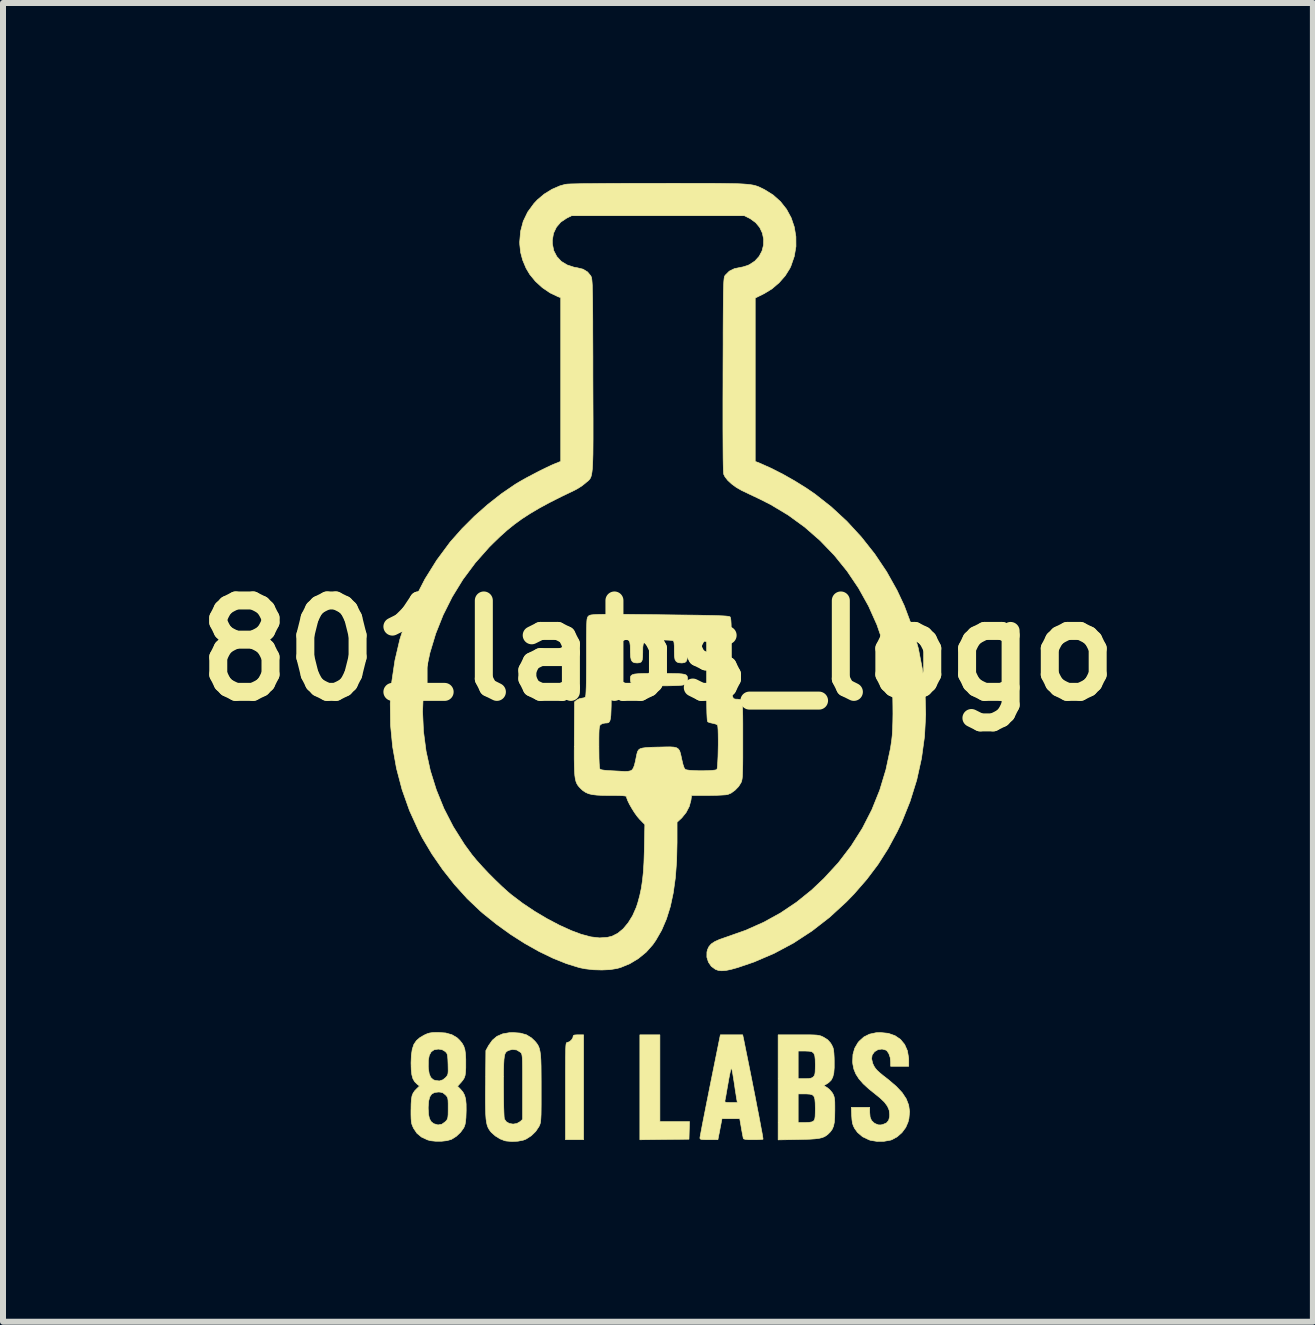
<source format=kicad_pcb>
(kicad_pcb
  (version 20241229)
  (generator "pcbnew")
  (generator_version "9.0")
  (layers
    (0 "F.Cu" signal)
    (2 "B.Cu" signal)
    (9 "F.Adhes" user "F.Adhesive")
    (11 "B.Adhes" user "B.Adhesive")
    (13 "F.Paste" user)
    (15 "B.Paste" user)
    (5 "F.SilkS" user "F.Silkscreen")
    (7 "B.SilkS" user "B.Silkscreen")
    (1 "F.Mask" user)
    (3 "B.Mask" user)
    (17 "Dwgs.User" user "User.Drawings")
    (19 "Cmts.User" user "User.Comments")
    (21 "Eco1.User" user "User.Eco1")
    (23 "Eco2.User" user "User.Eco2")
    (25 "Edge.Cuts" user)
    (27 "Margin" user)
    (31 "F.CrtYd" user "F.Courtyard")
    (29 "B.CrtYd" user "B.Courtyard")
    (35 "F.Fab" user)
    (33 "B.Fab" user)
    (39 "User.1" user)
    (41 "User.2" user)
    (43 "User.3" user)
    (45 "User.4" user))
  (footprint "801labs_logo"
    (layer "F.Cu")
    (at 7.918 7.794)
    (property "Reference" "801labs_logo" (at 0 0 0) (layer "F.SilkS") (effects (font (size 1.524 1.524) (thickness 0.3))))
    (attr through_hole)
    (fp_poly (pts (xy 0.032 7.852) (xy 0.526 7.852) (xy 0.521 7.999) (xy 0.517 8.146) (xy 0.107 8.15) (xy -0.302 8.155) (xy -0.302 6.406) (xy 0.032 6.406) (xy 0.032 7.852)) (stroke (width 0.01) (type solid)) (fill yes) (layer "F.SilkS"))
    (fp_poly (pts (xy -1.24 8.154) (xy -1.542 8.154) (xy -1.542 7.343) (xy -1.542 7.162) (xy -1.542 7.01) (xy -1.541 6.885) (xy -1.541 6.784) (xy -1.539 6.704) (xy -1.538 6.643) (xy -1.536 6.599) (xy -1.533 6.568) (xy -1.529 6.549) (xy -1.524 6.538) (xy -1.518 6.534) (xy -1.512 6.533) (xy -1.511 6.533) (xy -1.474 6.52) (xy -1.439 6.488) (xy -1.417 6.45) (xy -1.415 6.434) (xy -1.41 6.418) (xy -1.391 6.409) (xy -1.35 6.406) (xy -1.327 6.406) (xy -1.24 6.406) (xy -1.24 8.154)) (stroke (width 0.01) (type solid)) (fill yes) (layer "F.SilkS"))
    (fp_poly (pts (xy 0.151 0.382) (xy 0.258 0.383) (xy 0.34 0.385) (xy 0.4 0.39) (xy 0.442 0.397) (xy 0.469 0.408) (xy 0.484 0.424) (xy 0.491 0.445) (xy 0.493 0.471) (xy 0.493 0.485) (xy 0.491 0.514) (xy 0.486 0.537) (xy 0.471 0.555) (xy 0.446 0.568) (xy 0.406 0.577) (xy 0.348 0.583) (xy 0.268 0.586) (xy 0.163 0.588) (xy 0.031 0.588) (xy 0.016 0.588) (xy -0.112 0.588) (xy -0.212 0.587) (xy -0.288 0.585) (xy -0.343 0.582) (xy -0.381 0.578) (xy -0.407 0.572) (xy -0.423 0.565) (xy -0.426 0.563) (xy -0.454 0.528) (xy -0.461 0.485) (xy -0.46 0.456) (xy -0.456 0.432) (xy -0.445 0.415) (xy -0.424 0.402) (xy -0.389 0.392) (xy -0.337 0.387) (xy -0.265 0.383) (xy -0.169 0.382) (xy -0.047 0.381) (xy 0.016 0.381) (xy 0.151 0.382)) (stroke (width 0.01) (type solid)) (fill yes) (layer "F.SilkS"))
    (fp_poly (pts (xy 1.43 6.489) (xy 1.461 6.644) (xy 1.494 6.806) (xy 1.527 6.97) (xy 1.56 7.135) (xy 1.592 7.297) (xy 1.623 7.454) (xy 1.651 7.601) (xy 1.678 7.737) (xy 1.701 7.859) (xy 1.72 7.963) (xy 1.736 8.046) (xy 1.746 8.106) (xy 1.751 8.14) (xy 1.751 8.146) (xy 1.733 8.149) (xy 1.69 8.152) (xy 1.63 8.154) (xy 1.586 8.154) (xy 1.506 8.153) (xy 1.454 8.148) (xy 1.428 8.14) (xy 1.423 8.134) (xy 1.418 8.111) (xy 1.409 8.064) (xy 1.397 8.001) (xy 1.39 7.959) (xy 1.363 7.804) (xy 1.067 7.804) (xy 1.05 7.892) (xy 1.036 7.963) (xy 1.022 8.039) (xy 1.016 8.067) (xy 0.999 8.154) (xy 0.849 8.154) (xy 0.779 8.153) (xy 0.734 8.151) (xy 0.71 8.145) (xy 0.701 8.135) (xy 0.699 8.126) (xy 0.702 8.106) (xy 0.711 8.057) (xy 0.725 7.983) (xy 0.743 7.887) (xy 0.766 7.771) (xy 0.792 7.64) (xy 0.816 7.517) (xy 1.115 7.517) (xy 1.123 7.528) (xy 1.147 7.533) (xy 1.195 7.534) (xy 1.216 7.534) (xy 1.323 7.534) (xy 1.315 7.49) (xy 1.309 7.46) (xy 1.301 7.404) (xy 1.289 7.331) (xy 1.277 7.246) (xy 1.271 7.208) (xy 1.258 7.125) (xy 1.246 7.052) (xy 1.235 6.996) (xy 1.227 6.964) (xy 1.225 6.958) (xy 1.219 6.968) (xy 1.209 7.006) (xy 1.196 7.064) (xy 1.181 7.14) (xy 1.17 7.204) (xy 1.154 7.294) (xy 1.14 7.374) (xy 1.129 7.44) (xy 1.12 7.484) (xy 1.117 7.498) (xy 1.115 7.517) (xy 0.816 7.517) (xy 0.821 7.494) (xy 0.852 7.338) (xy 0.869 7.252) (xy 1.04 6.406) (xy 1.412 6.406) (xy 1.43 6.489)) (stroke (width 0.01) (type solid)) (fill yes) (layer "F.SilkS"))
    (fp_poly (pts (xy 3.84 6.381) (xy 3.951 6.42) (xy 4.042 6.482) (xy 4.112 6.567) (xy 4.158 6.672) (xy 4.179 6.796) (xy 4.18 6.838) (xy 4.18 6.93) (xy 3.878 6.93) (xy 3.878 6.858) (xy 3.871 6.784) (xy 3.849 6.72) (xy 3.818 6.674) (xy 3.801 6.661) (xy 3.736 6.643) (xy 3.669 6.652) (xy 3.61 6.687) (xy 3.607 6.691) (xy 3.57 6.743) (xy 3.561 6.804) (xy 3.578 6.878) (xy 3.585 6.895) (xy 3.602 6.93) (xy 3.623 6.963) (xy 3.652 6.997) (xy 3.694 7.036) (xy 3.753 7.085) (xy 3.833 7.147) (xy 3.843 7.155) (xy 3.971 7.264) (xy 4.069 7.368) (xy 4.138 7.472) (xy 4.179 7.577) (xy 4.194 7.686) (xy 4.183 7.802) (xy 4.169 7.859) (xy 4.13 7.95) (xy 4.067 8.035) (xy 3.988 8.105) (xy 3.901 8.153) (xy 3.878 8.161) (xy 3.767 8.181) (xy 3.65 8.182) (xy 3.541 8.164) (xy 3.518 8.156) (xy 3.411 8.105) (xy 3.327 8.034) (xy 3.279 7.968) (xy 3.257 7.924) (xy 3.242 7.879) (xy 3.234 7.823) (xy 3.229 7.754) (xy 3.223 7.614) (xy 3.529 7.614) (xy 3.529 7.697) (xy 3.536 7.777) (xy 3.559 7.833) (xy 3.601 7.874) (xy 3.627 7.889) (xy 3.674 7.907) (xy 3.716 7.908) (xy 3.75 7.9) (xy 3.809 7.875) (xy 3.845 7.833) (xy 3.861 7.771) (xy 3.862 7.732) (xy 3.854 7.663) (xy 3.826 7.597) (xy 3.777 7.53) (xy 3.703 7.459) (xy 3.639 7.407) (xy 3.517 7.309) (xy 3.421 7.221) (xy 3.349 7.138) (xy 3.298 7.058) (xy 3.265 6.977) (xy 3.248 6.892) (xy 3.245 6.856) (xy 3.25 6.734) (xy 3.279 6.63) (xy 3.333 6.538) (xy 3.354 6.512) (xy 3.433 6.441) (xy 3.525 6.395) (xy 3.635 6.371) (xy 3.711 6.368) (xy 3.84 6.381)) (stroke (width 0.01) (type solid)) (fill yes) (layer "F.SilkS"))
    (fp_poly (pts (xy 2.454 6.406) (xy 2.539 6.406) (xy 2.603 6.408) (xy 2.65 6.411) (xy 2.685 6.417) (xy 2.713 6.424) (xy 2.739 6.435) (xy 2.763 6.447) (xy 2.828 6.488) (xy 2.875 6.54) (xy 2.889 6.562) (xy 2.907 6.596) (xy 2.92 6.627) (xy 2.928 6.665) (xy 2.933 6.716) (xy 2.937 6.786) (xy 2.938 6.837) (xy 2.938 6.953) (xy 2.931 7.043) (xy 2.913 7.112) (xy 2.886 7.163) (xy 2.846 7.202) (xy 2.821 7.219) (xy 2.763 7.253) (xy 2.818 7.284) (xy 2.861 7.319) (xy 2.901 7.366) (xy 2.911 7.381) (xy 2.926 7.41) (xy 2.936 7.439) (xy 2.943 7.474) (xy 2.947 7.522) (xy 2.948 7.59) (xy 2.948 7.669) (xy 2.946 7.778) (xy 2.94 7.862) (xy 2.927 7.926) (xy 2.906 7.977) (xy 2.876 8.02) (xy 2.843 8.054) (xy 2.81 8.082) (xy 2.775 8.104) (xy 2.734 8.12) (xy 2.683 8.132) (xy 2.616 8.14) (xy 2.529 8.146) (xy 2.417 8.149) (xy 2.341 8.151) (xy 2.003 8.157) (xy 2.003 7.391) (xy 2.337 7.391) (xy 2.337 7.868) (xy 2.451 7.868) (xy 2.521 7.865) (xy 2.567 7.857) (xy 2.594 7.842) (xy 2.606 7.826) (xy 2.615 7.802) (xy 2.62 7.764) (xy 2.622 7.706) (xy 2.623 7.635) (xy 2.621 7.542) (xy 2.615 7.476) (xy 2.601 7.433) (xy 2.575 7.407) (xy 2.534 7.395) (xy 2.475 7.391) (xy 2.448 7.391) (xy 2.337 7.391) (xy 2.003 7.391) (xy 2.003 6.676) (xy 2.337 6.676) (xy 2.337 7.137) (xy 2.448 7.137) (xy 2.512 7.135) (xy 2.553 7.128) (xy 2.581 7.114) (xy 2.591 7.105) (xy 2.605 7.087) (xy 2.615 7.062) (xy 2.62 7.025) (xy 2.622 6.968) (xy 2.623 6.906) (xy 2.621 6.816) (xy 2.614 6.753) (xy 2.597 6.713) (xy 2.568 6.689) (xy 2.523 6.679) (xy 2.457 6.676) (xy 2.448 6.676) (xy 2.337 6.676) (xy 2.003 6.676) (xy 2.003 6.406) (xy 2.341 6.406) (xy 2.454 6.406)) (stroke (width 0.01) (type solid)) (fill yes) (layer "F.SilkS"))
    (fp_poly (pts (xy -2.295 6.377) (xy -2.194 6.405) (xy -2.11 6.456) (xy -2.052 6.511) (xy -2.026 6.542) (xy -2.005 6.571) (xy -1.988 6.604) (xy -1.975 6.642) (xy -1.965 6.69) (xy -1.957 6.751) (xy -1.952 6.828) (xy -1.949 6.924) (xy -1.948 7.043) (xy -1.947 7.189) (xy -1.947 7.296) (xy -1.947 7.445) (xy -1.947 7.565) (xy -1.948 7.661) (xy -1.949 7.735) (xy -1.952 7.792) (xy -1.955 7.834) (xy -1.959 7.866) (xy -1.965 7.89) (xy -1.973 7.911) (xy -1.982 7.931) (xy -1.984 7.935) (xy -2.038 8.016) (xy -2.112 8.088) (xy -2.196 8.142) (xy -2.246 8.162) (xy -2.334 8.179) (xy -2.434 8.184) (xy -2.528 8.176) (xy -2.554 8.171) (xy -2.631 8.141) (xy -2.709 8.093) (xy -2.775 8.035) (xy -2.797 8.009) (xy -2.818 7.978) (xy -2.835 7.946) (xy -2.848 7.909) (xy -2.858 7.865) (xy -2.866 7.808) (xy -2.871 7.738) (xy -2.874 7.648) (xy -2.876 7.538) (xy -2.876 7.403) (xy -2.875 7.27) (xy -2.575 7.27) (xy -2.574 7.397) (xy -2.573 7.515) (xy -2.571 7.618) (xy -2.568 7.703) (xy -2.565 7.767) (xy -2.561 7.804) (xy -2.56 7.81) (xy -2.527 7.856) (xy -2.476 7.884) (xy -2.415 7.894) (xy -2.352 7.884) (xy -2.298 7.853) (xy -2.295 7.851) (xy -2.257 7.815) (xy -2.257 7.272) (xy -2.257 7.126) (xy -2.257 7.009) (xy -2.258 6.917) (xy -2.259 6.847) (xy -2.261 6.795) (xy -2.265 6.759) (xy -2.269 6.734) (xy -2.275 6.718) (xy -2.282 6.706) (xy -2.292 6.697) (xy -2.293 6.696) (xy -2.355 6.658) (xy -2.426 6.65) (xy -2.471 6.66) (xy -2.498 6.67) (xy -2.52 6.682) (xy -2.537 6.699) (xy -2.551 6.725) (xy -2.56 6.764) (xy -2.567 6.817) (xy -2.571 6.888) (xy -2.574 6.982) (xy -2.575 7.1) (xy -2.575 7.246) (xy -2.575 7.27) (xy -2.875 7.27) (xy -2.874 7.239) (xy -2.874 7.224) (xy -2.869 6.668) (xy -2.823 6.584) (xy -2.76 6.495) (xy -2.684 6.431) (xy -2.59 6.39) (xy -2.476 6.37) (xy -2.416 6.368) (xy -2.295 6.377)) (stroke (width 0.01) (type solid)) (fill yes) (layer "F.SilkS"))
    (fp_poly (pts (xy -3.538 6.375) (xy -3.435 6.404) (xy -3.351 6.453) (xy -3.304 6.498) (xy -3.264 6.548) (xy -3.237 6.596) (xy -3.219 6.651) (xy -3.209 6.72) (xy -3.204 6.81) (xy -3.204 6.859) (xy -3.204 6.956) (xy -3.208 7.029) (xy -3.215 7.082) (xy -3.229 7.124) (xy -3.251 7.16) (xy -3.282 7.198) (xy -3.284 7.2) (xy -3.341 7.263) (xy -3.293 7.311) (xy -3.252 7.359) (xy -3.224 7.412) (xy -3.206 7.477) (xy -3.198 7.56) (xy -3.197 7.665) (xy -3.198 7.696) (xy -3.201 7.785) (xy -3.207 7.849) (xy -3.215 7.896) (xy -3.227 7.933) (xy -3.238 7.957) (xy -3.291 8.031) (xy -3.362 8.098) (xy -3.44 8.147) (xy -3.448 8.15) (xy -3.519 8.17) (xy -3.609 8.18) (xy -3.703 8.18) (xy -3.79 8.171) (xy -3.841 8.157) (xy -3.942 8.11) (xy -4.018 8.047) (xy -4.074 7.964) (xy -4.075 7.961) (xy -4.092 7.924) (xy -4.104 7.891) (xy -4.111 7.853) (xy -4.115 7.803) (xy -4.117 7.735) (xy -4.117 7.665) (xy -4.116 7.637) (xy -3.83 7.637) (xy -3.825 7.733) (xy -3.809 7.803) (xy -3.782 7.852) (xy -3.742 7.885) (xy -3.735 7.888) (xy -3.667 7.908) (xy -3.602 7.896) (xy -3.543 7.853) (xy -3.541 7.851) (xy -3.521 7.829) (xy -3.509 7.807) (xy -3.502 7.779) (xy -3.498 7.736) (xy -3.497 7.673) (xy -3.497 7.628) (xy -3.497 7.551) (xy -3.499 7.499) (xy -3.504 7.464) (xy -3.514 7.44) (xy -3.529 7.42) (xy -3.543 7.406) (xy -3.584 7.373) (xy -3.629 7.361) (xy -3.659 7.359) (xy -3.724 7.367) (xy -3.772 7.393) (xy -3.804 7.44) (xy -3.823 7.511) (xy -3.83 7.609) (xy -3.83 7.637) (xy -4.116 7.637) (xy -4.115 7.561) (xy -4.11 7.483) (xy -4.1 7.424) (xy -4.082 7.379) (xy -4.055 7.339) (xy -4.021 7.304) (xy -3.975 7.259) (xy -4.016 7.227) (xy -4.056 7.187) (xy -4.085 7.137) (xy -4.103 7.072) (xy -4.113 6.985) (xy -4.114 6.94) (xy -3.829 6.94) (xy -3.827 6.972) (xy -3.813 7.057) (xy -3.788 7.116) (xy -3.748 7.153) (xy -3.715 7.166) (xy -3.644 7.175) (xy -3.584 7.155) (xy -3.539 7.118) (xy -3.52 7.096) (xy -3.507 7.075) (xy -3.5 7.049) (xy -3.497 7.009) (xy -3.498 6.95) (xy -3.499 6.895) (xy -3.502 6.818) (xy -3.506 6.766) (xy -3.512 6.733) (xy -3.522 6.71) (xy -3.538 6.692) (xy -3.549 6.682) (xy -3.597 6.654) (xy -3.656 6.644) (xy -3.665 6.644) (xy -3.731 6.655) (xy -3.78 6.689) (xy -3.812 6.747) (xy -3.828 6.83) (xy -3.829 6.94) (xy -4.114 6.94) (xy -4.116 6.875) (xy -4.111 6.747) (xy -4.096 6.646) (xy -4.069 6.565) (xy -4.026 6.502) (xy -3.967 6.451) (xy -3.898 6.411) (xy -3.848 6.388) (xy -3.804 6.375) (xy -3.753 6.368) (xy -3.685 6.366) (xy -3.664 6.366) (xy -3.538 6.375)) (stroke (width 0.01) (type solid)) (fill yes) (layer "F.SilkS"))
    (fp_poly (pts (xy 0.489 -7.788) (xy 0.688 -7.788) (xy 0.862 -7.788) (xy 1.013 -7.787) (xy 1.142 -7.785) (xy 1.251 -7.783) (xy 1.344 -7.781) (xy 1.421 -7.777) (xy 1.485 -7.772) (xy 1.539 -7.766) (xy 1.583 -7.759) (xy 1.621 -7.75) (xy 1.653 -7.74) (xy 1.684 -7.728) (xy 1.713 -7.714) (xy 1.744 -7.699) (xy 1.776 -7.683) (xy 1.919 -7.594) (xy 2.042 -7.484) (xy 2.143 -7.356) (xy 2.22 -7.214) (xy 2.272 -7.061) (xy 2.299 -6.9) (xy 2.3 -6.736) (xy 2.272 -6.571) (xy 2.216 -6.409) (xy 2.198 -6.37) (xy 2.121 -6.247) (xy 2.019 -6.131) (xy 1.9 -6.029) (xy 1.769 -5.949) (xy 1.76 -5.945) (xy 1.621 -5.876) (xy 1.621 -3.153) (xy 1.713 -3.116) (xy 1.892 -3.036) (xy 2.084 -2.938) (xy 2.28 -2.827) (xy 2.47 -2.709) (xy 2.615 -2.61) (xy 2.888 -2.395) (xy 3.148 -2.155) (xy 3.39 -1.892) (xy 3.613 -1.61) (xy 3.812 -1.313) (xy 3.985 -1.004) (xy 4.106 -0.746) (xy 4.238 -0.394) (xy 4.34 -0.036) (xy 4.411 0.328) (xy 4.452 0.695) (xy 4.463 1.063) (xy 4.443 1.432) (xy 4.393 1.797) (xy 4.313 2.159) (xy 4.202 2.515) (xy 4.062 2.864) (xy 3.988 3.019) (xy 3.835 3.303) (xy 3.667 3.567) (xy 3.479 3.816) (xy 3.268 4.058) (xy 3.141 4.189) (xy 2.861 4.446) (xy 2.566 4.675) (xy 2.258 4.876) (xy 1.936 5.048) (xy 1.6 5.192) (xy 1.33 5.284) (xy 1.219 5.315) (xy 1.132 5.333) (xy 1.062 5.338) (xy 1.005 5.332) (xy 0.957 5.314) (xy 0.889 5.264) (xy 0.841 5.194) (xy 0.815 5.112) (xy 0.816 5.026) (xy 0.826 4.986) (xy 0.85 4.935) (xy 0.888 4.891) (xy 0.945 4.853) (xy 1.024 4.817) (xy 1.13 4.78) (xy 1.139 4.777) (xy 1.462 4.663) (xy 1.763 4.529) (xy 2.044 4.374) (xy 2.309 4.196) (xy 2.562 3.992) (xy 2.766 3.799) (xy 3.007 3.537) (xy 3.22 3.258) (xy 3.407 2.963) (xy 3.566 2.652) (xy 3.697 2.326) (xy 3.8 1.985) (xy 3.876 1.629) (xy 3.896 1.494) (xy 3.905 1.412) (xy 3.911 1.307) (xy 3.915 1.184) (xy 3.917 1.053) (xy 3.916 0.919) (xy 3.914 0.791) (xy 3.909 0.675) (xy 3.902 0.58) (xy 3.897 0.532) (xy 3.884 0.449) (xy 3.867 0.351) (xy 3.85 0.257) (xy 3.845 0.23) (xy 3.762 -0.105) (xy 3.65 -0.429) (xy 3.51 -0.742) (xy 3.344 -1.04) (xy 3.154 -1.322) (xy 2.94 -1.587) (xy 2.704 -1.832) (xy 2.448 -2.056) (xy 2.172 -2.257) (xy 1.879 -2.433) (xy 1.701 -2.523) (xy 1.615 -2.564) (xy 1.53 -2.604) (xy 1.454 -2.641) (xy 1.396 -2.668) (xy 1.385 -2.674) (xy 1.304 -2.721) (xy 1.228 -2.777) (xy 1.163 -2.837) (xy 1.117 -2.896) (xy 1.096 -2.938) (xy 1.093 -2.963) (xy 1.09 -3.015) (xy 1.088 -3.094) (xy 1.086 -3.202) (xy 1.085 -3.338) (xy 1.084 -3.503) (xy 1.083 -3.698) (xy 1.083 -3.922) (xy 1.083 -4.178) (xy 1.084 -4.464) (xy 1.084 -4.604) (xy 1.085 -4.866) (xy 1.086 -5.097) (xy 1.086 -5.301) (xy 1.087 -5.478) (xy 1.088 -5.631) (xy 1.089 -5.761) (xy 1.09 -5.871) (xy 1.091 -5.963) (xy 1.093 -6.037) (xy 1.095 -6.097) (xy 1.097 -6.144) (xy 1.1 -6.179) (xy 1.103 -6.205) (xy 1.106 -6.224) (xy 1.11 -6.237) (xy 1.115 -6.247) (xy 1.12 -6.255) (xy 1.122 -6.257) (xy 1.189 -6.324) (xy 1.274 -6.366) (xy 1.347 -6.381) (xy 1.417 -6.395) (xy 1.491 -6.418) (xy 1.522 -6.431) (xy 1.615 -6.492) (xy 1.686 -6.57) (xy 1.734 -6.66) (xy 1.759 -6.758) (xy 1.761 -6.859) (xy 1.74 -6.959) (xy 1.696 -7.052) (xy 1.629 -7.133) (xy 1.539 -7.198) (xy 1.523 -7.207) (xy 1.44 -7.248) (xy -1.44 -7.248) (xy -1.523 -7.207) (xy -1.62 -7.142) (xy -1.693 -7.057) (xy -1.741 -6.956) (xy -1.761 -6.842) (xy -1.76 -6.778) (xy -1.737 -6.665) (xy -1.686 -6.567) (xy -1.612 -6.487) (xy -1.515 -6.428) (xy -1.399 -6.39) (xy -1.347 -6.381) (xy -1.249 -6.357) (xy -1.174 -6.311) (xy -1.121 -6.247) (xy -1.116 -6.237) (xy -1.111 -6.226) (xy -1.107 -6.213) (xy -1.104 -6.194) (xy -1.101 -6.169) (xy -1.098 -6.134) (xy -1.095 -6.09) (xy -1.094 -6.032) (xy -1.092 -5.961) (xy -1.09 -5.873) (xy -1.089 -5.767) (xy -1.088 -5.641) (xy -1.087 -5.493) (xy -1.087 -5.321) (xy -1.086 -5.123) (xy -1.085 -4.898) (xy -1.085 -4.644) (xy -1.085 -4.581) (xy -1.084 -4.314) (xy -1.083 -4.077) (xy -1.082 -3.867) (xy -1.082 -3.684) (xy -1.082 -3.526) (xy -1.083 -3.389) (xy -1.084 -3.273) (xy -1.087 -3.176) (xy -1.09 -3.096) (xy -1.094 -3.03) (xy -1.1 -2.977) (xy -1.107 -2.936) (xy -1.115 -2.903) (xy -1.125 -2.878) (xy -1.137 -2.858) (xy -1.151 -2.842) (xy -1.166 -2.827) (xy -1.184 -2.813) (xy -1.205 -2.796) (xy -1.211 -2.79) (xy -1.269 -2.744) (xy -1.34 -2.699) (xy -1.396 -2.669) (xy -1.615 -2.564) (xy -1.807 -2.467) (xy -1.977 -2.375) (xy -2.129 -2.285) (xy -2.267 -2.196) (xy -2.395 -2.103) (xy -2.516 -2.005) (xy -2.635 -1.898) (xy -2.756 -1.781) (xy -2.814 -1.723) (xy -3.046 -1.461) (xy -3.252 -1.184) (xy -3.43 -0.894) (xy -3.581 -0.593) (xy -3.705 -0.282) (xy -3.801 0.036) (xy -3.87 0.359) (xy -3.911 0.687) (xy -3.924 1.017) (xy -3.909 1.347) (xy -3.866 1.676) (xy -3.795 2.001) (xy -3.695 2.321) (xy -3.568 2.634) (xy -3.412 2.937) (xy -3.227 3.231) (xy -3.102 3.402) (xy -3.026 3.494) (xy -2.932 3.599) (xy -2.826 3.712) (xy -2.714 3.824) (xy -2.604 3.93) (xy -2.501 4.023) (xy -2.44 4.074) (xy -2.255 4.214) (xy -2.056 4.347) (xy -1.849 4.47) (xy -1.642 4.579) (xy -1.441 4.67) (xy -1.28 4.73) (xy -1.119 4.773) (xy -0.974 4.79) (xy -0.844 4.781) (xy -0.766 4.762) (xy -0.671 4.714) (xy -0.579 4.638) (xy -0.496 4.538) (xy -0.422 4.418) (xy -0.361 4.28) (xy -0.336 4.203) (xy -0.304 4.085) (xy -0.278 3.964) (xy -0.259 3.836) (xy -0.244 3.696) (xy -0.234 3.536) (xy -0.228 3.352) (xy -0.227 3.306) (xy -0.219 2.901) (xy -0.306 2.812) (xy -0.346 2.765) (xy -0.391 2.703) (xy -0.434 2.634) (xy -0.474 2.565) (xy -0.504 2.503) (xy -0.522 2.455) (xy -0.525 2.438) (xy -0.53 2.43) (xy -0.549 2.424) (xy -0.585 2.42) (xy -0.643 2.417) (xy -0.727 2.416) (xy -0.792 2.416) (xy -0.918 2.415) (xy -1.018 2.41) (xy -1.096 2.401) (xy -1.158 2.386) (xy -1.207 2.364) (xy -1.251 2.335) (xy -1.286 2.303) (xy -1.313 2.275) (xy -1.335 2.248) (xy -1.353 2.218) (xy -1.367 2.183) (xy -1.378 2.139) (xy -1.386 2.083) (xy -1.391 2.011) (xy -1.394 1.922) (xy -1.396 1.811) (xy -1.396 1.675) (xy -1.395 1.571) (xy -0.985 1.571) (xy -0.985 1.604) (xy -0.984 1.706) (xy -0.983 1.799) (xy -0.98 1.876) (xy -0.976 1.934) (xy -0.972 1.966) (xy -0.97 1.971) (xy -0.963 1.979) (xy -0.951 1.985) (xy -0.929 1.99) (xy -0.895 1.995) (xy -0.844 2) (xy -0.773 2.004) (xy -0.677 2.009) (xy -0.553 2.016) (xy -0.553 2.016) (xy -0.502 2.014) (xy -0.458 2.005) (xy -0.456 2.004) (xy -0.431 1.989) (xy -0.412 1.961) (xy -0.394 1.916) (xy -0.377 1.848) (xy -0.364 1.783) (xy -0.353 1.729) (xy -0.342 1.688) (xy -0.325 1.658) (xy -0.299 1.638) (xy -0.259 1.626) (xy -0.201 1.618) (xy -0.12 1.613) (xy -0.012 1.61) (xy 0.001 1.61) (xy 0.115 1.607) (xy 0.202 1.606) (xy 0.265 1.61) (xy 0.31 1.621) (xy 0.341 1.642) (xy 0.362 1.674) (xy 0.376 1.719) (xy 0.39 1.781) (xy 0.396 1.811) (xy 0.417 1.899) (xy 0.437 1.957) (xy 0.455 1.982) (xy 0.482 1.99) (xy 0.533 1.997) (xy 0.6 2.001) (xy 0.678 2.004) (xy 0.759 2.004) (xy 0.837 2.002) (xy 0.904 1.998) (xy 0.954 1.992) (xy 0.981 1.984) (xy 0.982 1.983) (xy 0.988 1.961) (xy 0.993 1.912) (xy 0.997 1.844) (xy 1.001 1.761) (xy 1.003 1.669) (xy 1.005 1.573) (xy 1.005 1.48) (xy 1.004 1.395) (xy 1.002 1.323) (xy 0.998 1.27) (xy 0.993 1.242) (xy 0.992 1.24) (xy 0.966 1.227) (xy 0.923 1.215) (xy 0.913 1.213) (xy 0.867 1.203) (xy 0.835 1.191) (xy 0.831 1.188) (xy 0.825 1.177) (xy 0.821 1.15) (xy 0.818 1.107) (xy 0.815 1.043) (xy 0.813 0.957) (xy 0.812 0.847) (xy 0.811 0.711) (xy 0.811 0.545) (xy 0.811 0.516) (xy 0.811 -0.141) (xy 0.775 -0.166) (xy 0.733 -0.183) (xy 0.669 -0.19) (xy 0.652 -0.191) (xy 0.585 -0.185) (xy 0.536 -0.171) (xy 0.528 -0.166) (xy 0.511 -0.151) (xy 0.501 -0.131) (xy 0.495 -0.099) (xy 0.493 -0.046) (xy 0.493 0.002) (xy 0.491 0.086) (xy 0.485 0.144) (xy 0.471 0.18) (xy 0.448 0.199) (xy 0.412 0.206) (xy 0.389 0.207) (xy 0.339 0.202) (xy 0.305 0.184) (xy 0.284 0.15) (xy 0.274 0.093) (xy 0.272 0.011) (xy 0.272 -0.007) (xy 0.272 -0.078) (xy 0.268 -0.131) (xy 0.26 -0.159) (xy 0.259 -0.161) (xy 0.235 -0.168) (xy 0.182 -0.173) (xy 0.102 -0.176) (xy 0.021 -0.176) (xy -0.078 -0.175) (xy -0.15 -0.17) (xy -0.199 -0.159) (xy -0.23 -0.139) (xy -0.246 -0.105) (xy -0.253 -0.056) (xy -0.254 0.014) (xy -0.254 0.03) (xy -0.256 0.108) (xy -0.263 0.159) (xy -0.279 0.189) (xy -0.305 0.203) (xy -0.345 0.207) (xy -0.348 0.207) (xy -0.394 0.203) (xy -0.426 0.187) (xy -0.446 0.156) (xy -0.457 0.103) (xy -0.461 0.026) (xy -0.461 -0.002) (xy -0.462 -0.082) (xy -0.469 -0.135) (xy -0.485 -0.168) (xy -0.516 -0.184) (xy -0.565 -0.19) (xy -0.622 -0.191) (xy -0.659 -0.191) (xy -0.691 -0.191) (xy -0.716 -0.187) (xy -0.736 -0.177) (xy -0.751 -0.158) (xy -0.762 -0.127) (xy -0.77 -0.082) (xy -0.775 -0.019) (xy -0.778 0.064) (xy -0.779 0.169) (xy -0.779 0.301) (xy -0.779 0.46) (xy -0.779 0.506) (xy -0.779 0.673) (xy -0.779 0.812) (xy -0.78 0.924) (xy -0.783 1.013) (xy -0.786 1.081) (xy -0.792 1.131) (xy -0.8 1.166) (xy -0.811 1.188) (xy -0.824 1.201) (xy -0.842 1.206) (xy -0.863 1.208) (xy -0.879 1.208) (xy -0.924 1.217) (xy -0.956 1.234) (xy -0.966 1.245) (xy -0.973 1.262) (xy -0.978 1.288) (xy -0.982 1.327) (xy -0.984 1.385) (xy -0.985 1.465) (xy -0.985 1.571) (xy -1.395 1.571) (xy -1.395 1.512) (xy -1.395 1.465) (xy -1.391 0.856) (xy -1.353 0.825) (xy -1.311 0.803) (xy -1.273 0.795) (xy -1.234 0.788) (xy -1.211 0.776) (xy -1.206 0.762) (xy -1.202 0.73) (xy -1.199 0.678) (xy -1.196 0.605) (xy -1.194 0.507) (xy -1.193 0.383) (xy -1.192 0.23) (xy -1.192 0.108) (xy -1.192 -0.053) (xy -1.192 -0.185) (xy -1.191 -0.291) (xy -1.19 -0.374) (xy -1.188 -0.438) (xy -1.186 -0.485) (xy -1.183 -0.518) (xy -1.178 -0.541) (xy -1.173 -0.556) (xy -1.166 -0.566) (xy -1.16 -0.572) (xy -1.153 -0.579) (xy -1.143 -0.585) (xy -1.129 -0.59) (xy -1.109 -0.594) (xy -1.08 -0.597) (xy -1.042 -0.6) (xy -0.991 -0.602) (xy -0.927 -0.603) (xy -0.846 -0.604) (xy -0.747 -0.604) (xy -0.628 -0.604) (xy -0.487 -0.603) (xy -0.322 -0.601) (xy -0.13 -0.599) (xy 0.089 -0.596) (xy 0.317 -0.593) (xy 0.51 -0.591) (xy 0.673 -0.589) (xy 0.809 -0.586) (xy 0.921 -0.584) (xy 1.01 -0.581) (xy 1.079 -0.578) (xy 1.13 -0.575) (xy 1.166 -0.571) (xy 1.188 -0.567) (xy 1.2 -0.562) (xy 1.202 -0.561) (xy 1.207 -0.55) (xy 1.212 -0.53) (xy 1.216 -0.496) (xy 1.219 -0.447) (xy 1.221 -0.38) (xy 1.222 -0.291) (xy 1.223 -0.179) (xy 1.224 -0.04) (xy 1.224 0.111) (xy 1.224 0.279) (xy 1.224 0.417) (xy 1.225 0.529) (xy 1.227 0.617) (xy 1.231 0.685) (xy 1.236 0.735) (xy 1.244 0.769) (xy 1.254 0.791) (xy 1.268 0.804) (xy 1.285 0.809) (xy 1.306 0.811) (xy 1.325 0.811) (xy 1.367 0.816) (xy 1.396 0.83) (xy 1.396 0.83) (xy 1.401 0.844) (xy 1.405 0.875) (xy 1.408 0.927) (xy 1.411 1) (xy 1.413 1.098) (xy 1.414 1.222) (xy 1.414 1.374) (xy 1.414 1.493) (xy 1.414 1.655) (xy 1.414 1.788) (xy 1.413 1.896) (xy 1.411 1.981) (xy 1.409 2.047) (xy 1.407 2.097) (xy 1.403 2.135) (xy 1.398 2.162) (xy 1.392 2.184) (xy 1.385 2.201) (xy 1.344 2.267) (xy 1.285 2.328) (xy 1.219 2.376) (xy 1.165 2.399) (xy 1.129 2.405) (xy 1.068 2.409) (xy 0.989 2.413) (xy 0.898 2.415) (xy 0.833 2.416) (xy 0.56 2.416) (xy 0.55 2.493) (xy 0.522 2.598) (xy 0.469 2.7) (xy 0.398 2.788) (xy 0.389 2.797) (xy 0.318 2.862) (xy 0.318 3.201) (xy 0.311 3.507) (xy 0.29 3.786) (xy 0.255 4.039) (xy 0.206 4.268) (xy 0.141 4.475) (xy 0.061 4.662) (xy -0.035 4.829) (xy -0.087 4.904) (xy -0.196 5.027) (xy -0.327 5.134) (xy -0.471 5.221) (xy -0.622 5.283) (xy -0.683 5.3) (xy -0.8 5.319) (xy -0.935 5.325) (xy -1.077 5.321) (xy -1.214 5.305) (xy -1.309 5.286) (xy -1.523 5.22) (xy -1.749 5.129) (xy -1.983 5.016) (xy -2.221 4.882) (xy -2.459 4.73) (xy -2.692 4.562) (xy -2.917 4.381) (xy -2.964 4.34) (xy -3.181 4.134) (xy -3.39 3.902) (xy -3.588 3.652) (xy -3.769 3.39) (xy -3.928 3.123) (xy -3.987 3.008) (xy -4.142 2.667) (xy -4.266 2.317) (xy -4.359 1.963) (xy -4.423 1.604) (xy -4.458 1.243) (xy -4.463 0.882) (xy -4.438 0.523) (xy -4.385 0.166) (xy -4.303 -0.185) (xy -4.192 -0.53) (xy -4.052 -0.866) (xy -3.884 -1.192) (xy -3.688 -1.506) (xy -3.465 -1.807) (xy -3.451 -1.823) (xy -3.267 -2.031) (xy -3.061 -2.237) (xy -2.839 -2.433) (xy -2.61 -2.613) (xy -2.382 -2.769) (xy -2.376 -2.773) (xy -2.297 -2.82) (xy -2.198 -2.876) (xy -2.088 -2.934) (xy -1.975 -2.993) (xy -1.867 -3.046) (xy -1.772 -3.091) (xy -1.713 -3.116) (xy -1.621 -3.153) (xy -1.621 -5.882) (xy -1.665 -5.898) (xy -1.799 -5.962) (xy -1.927 -6.049) (xy -2.042 -6.154) (xy -2.138 -6.271) (xy -2.199 -6.374) (xy -2.256 -6.51) (xy -2.29 -6.638) (xy -2.304 -6.771) (xy -2.305 -6.812) (xy -2.29 -6.989) (xy -2.246 -7.155) (xy -2.172 -7.309) (xy -2.068 -7.451) (xy -2.01 -7.513) (xy -1.896 -7.609) (xy -1.768 -7.688) (xy -1.635 -7.746) (xy -1.545 -7.771) (xy -1.513 -7.775) (xy -1.453 -7.778) (xy -1.364 -7.78) (xy -1.246 -7.783) (xy -1.098 -7.784) (xy -0.921 -7.786) (xy -0.713 -7.787) (xy -0.474 -7.788) (xy -0.204 -7.788) (xy 0.005 -7.788) (xy 0.262 -7.789) (xy 0.489 -7.788)) (stroke (width 0.01) (type solid)) (fill yes) (layer "F.SilkS")))
  (gr_rect
    (start -3 -3)
    (end 18.835 18.982)
    (stroke (width 0.1) (type default))
    (fill no)
    (layer "Edge.Cuts")))
</source>
